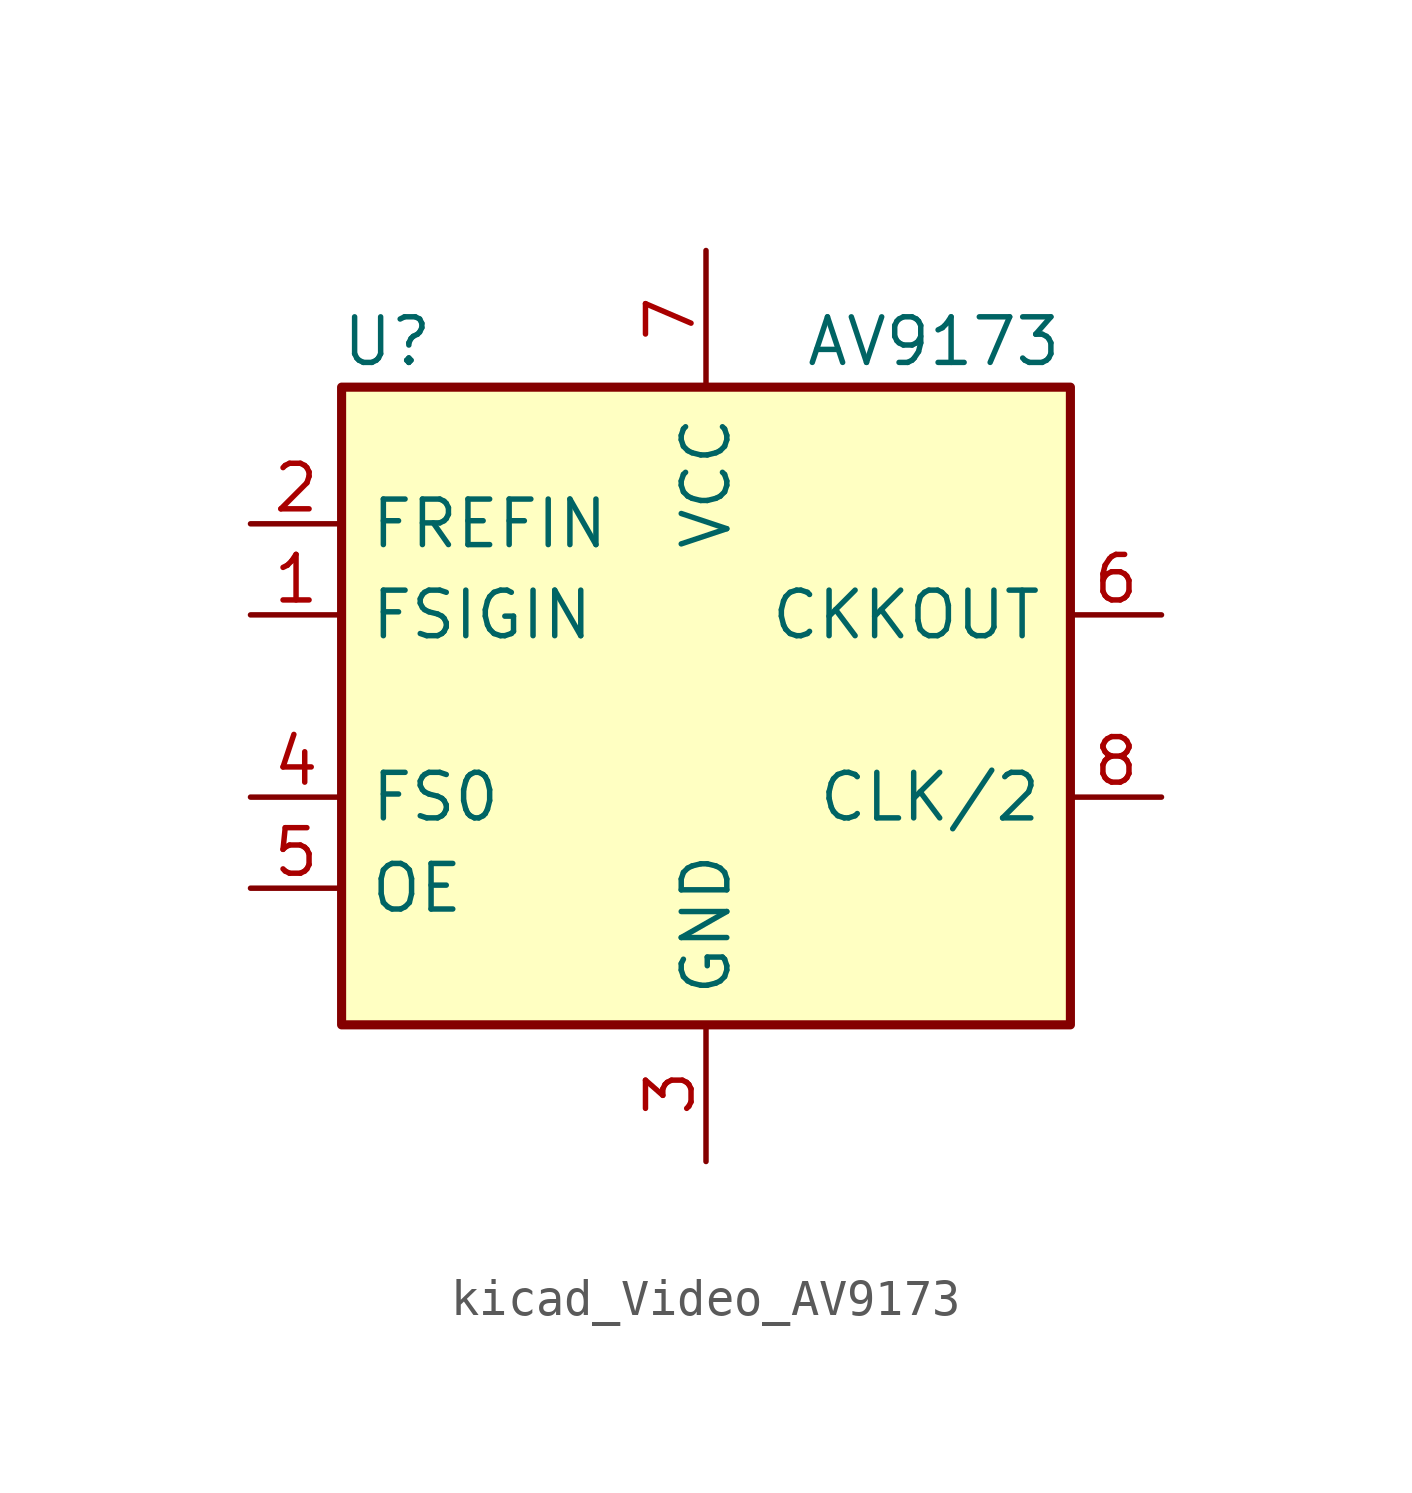
<source format=kicad_sym>
(kicad_symbol_lib
  (version 20220914)
  (generator kicad_symbol_editor)
  (symbol "kicad_Video_AV9173"
    (pin_names
      (offset 0.762))
    (property "Reference" "U"
      (at -8.89 10.16 0)
      (effects (font (size 1.27 1.27))))
    (property "Value" "AV9173"
      (at 6.35 10.16 0)
      (effects (font (size 1.27 1.27))))
    (symbol "kicad_Video_AV9173_0_1"
      (rectangle (start -10.16 8.89) (end 10.16 -8.89) (stroke (width 0.254) (type default)) (fill (type background))))
    (symbol "kicad_Video_AV9173_1_1"
      (pin input line (at -12.7 2.54 0) (length 2.54) (name "FSIGIN" (effects (font (size 1.27 1.27)))) (number "1" (effects (font (size 1.27 1.27)))))
      (pin input line (at -12.7 5.08 0) (length 2.54) (name "FREFIN" (effects (font (size 1.27 1.27)))) (number "2" (effects (font (size 1.27 1.27)))))
      (pin input line (at 0 -12.7 90) (length 3.81) (name "GND" (effects (font (size 1.27 1.27)))) (number "3" (effects (font (size 1.27 1.27)))))
      (pin input line (at -12.7 -2.54 0) (length 2.54) (name "FS0" (effects (font (size 1.27 1.27)))) (number "4" (effects (font (size 1.27 1.27)))))
      (pin input line (at -12.7 -5.08 0) (length 2.54) (name "OE" (effects (font (size 1.27 1.27)))) (number "5" (effects (font (size 1.27 1.27)))))
      (pin tri_state line (at 12.7 2.54 180) (length 2.54) (name "CKKOUT" (effects (font (size 1.27 1.27)))) (number "6" (effects (font (size 1.27 1.27)))))
      (pin input line (at 0 12.7 270) (length 3.81) (name "VCC" (effects (font (size 1.27 1.27)))) (number "7" (effects (font (size 1.27 1.27)))))
      (pin tri_state line (at 12.7 -2.54 180) (length 2.54) (name "CLK/2" (effects (font (size 1.27 1.27)))) (number "8" (effects (font (size 1.27 1.27))))))))
</source>
